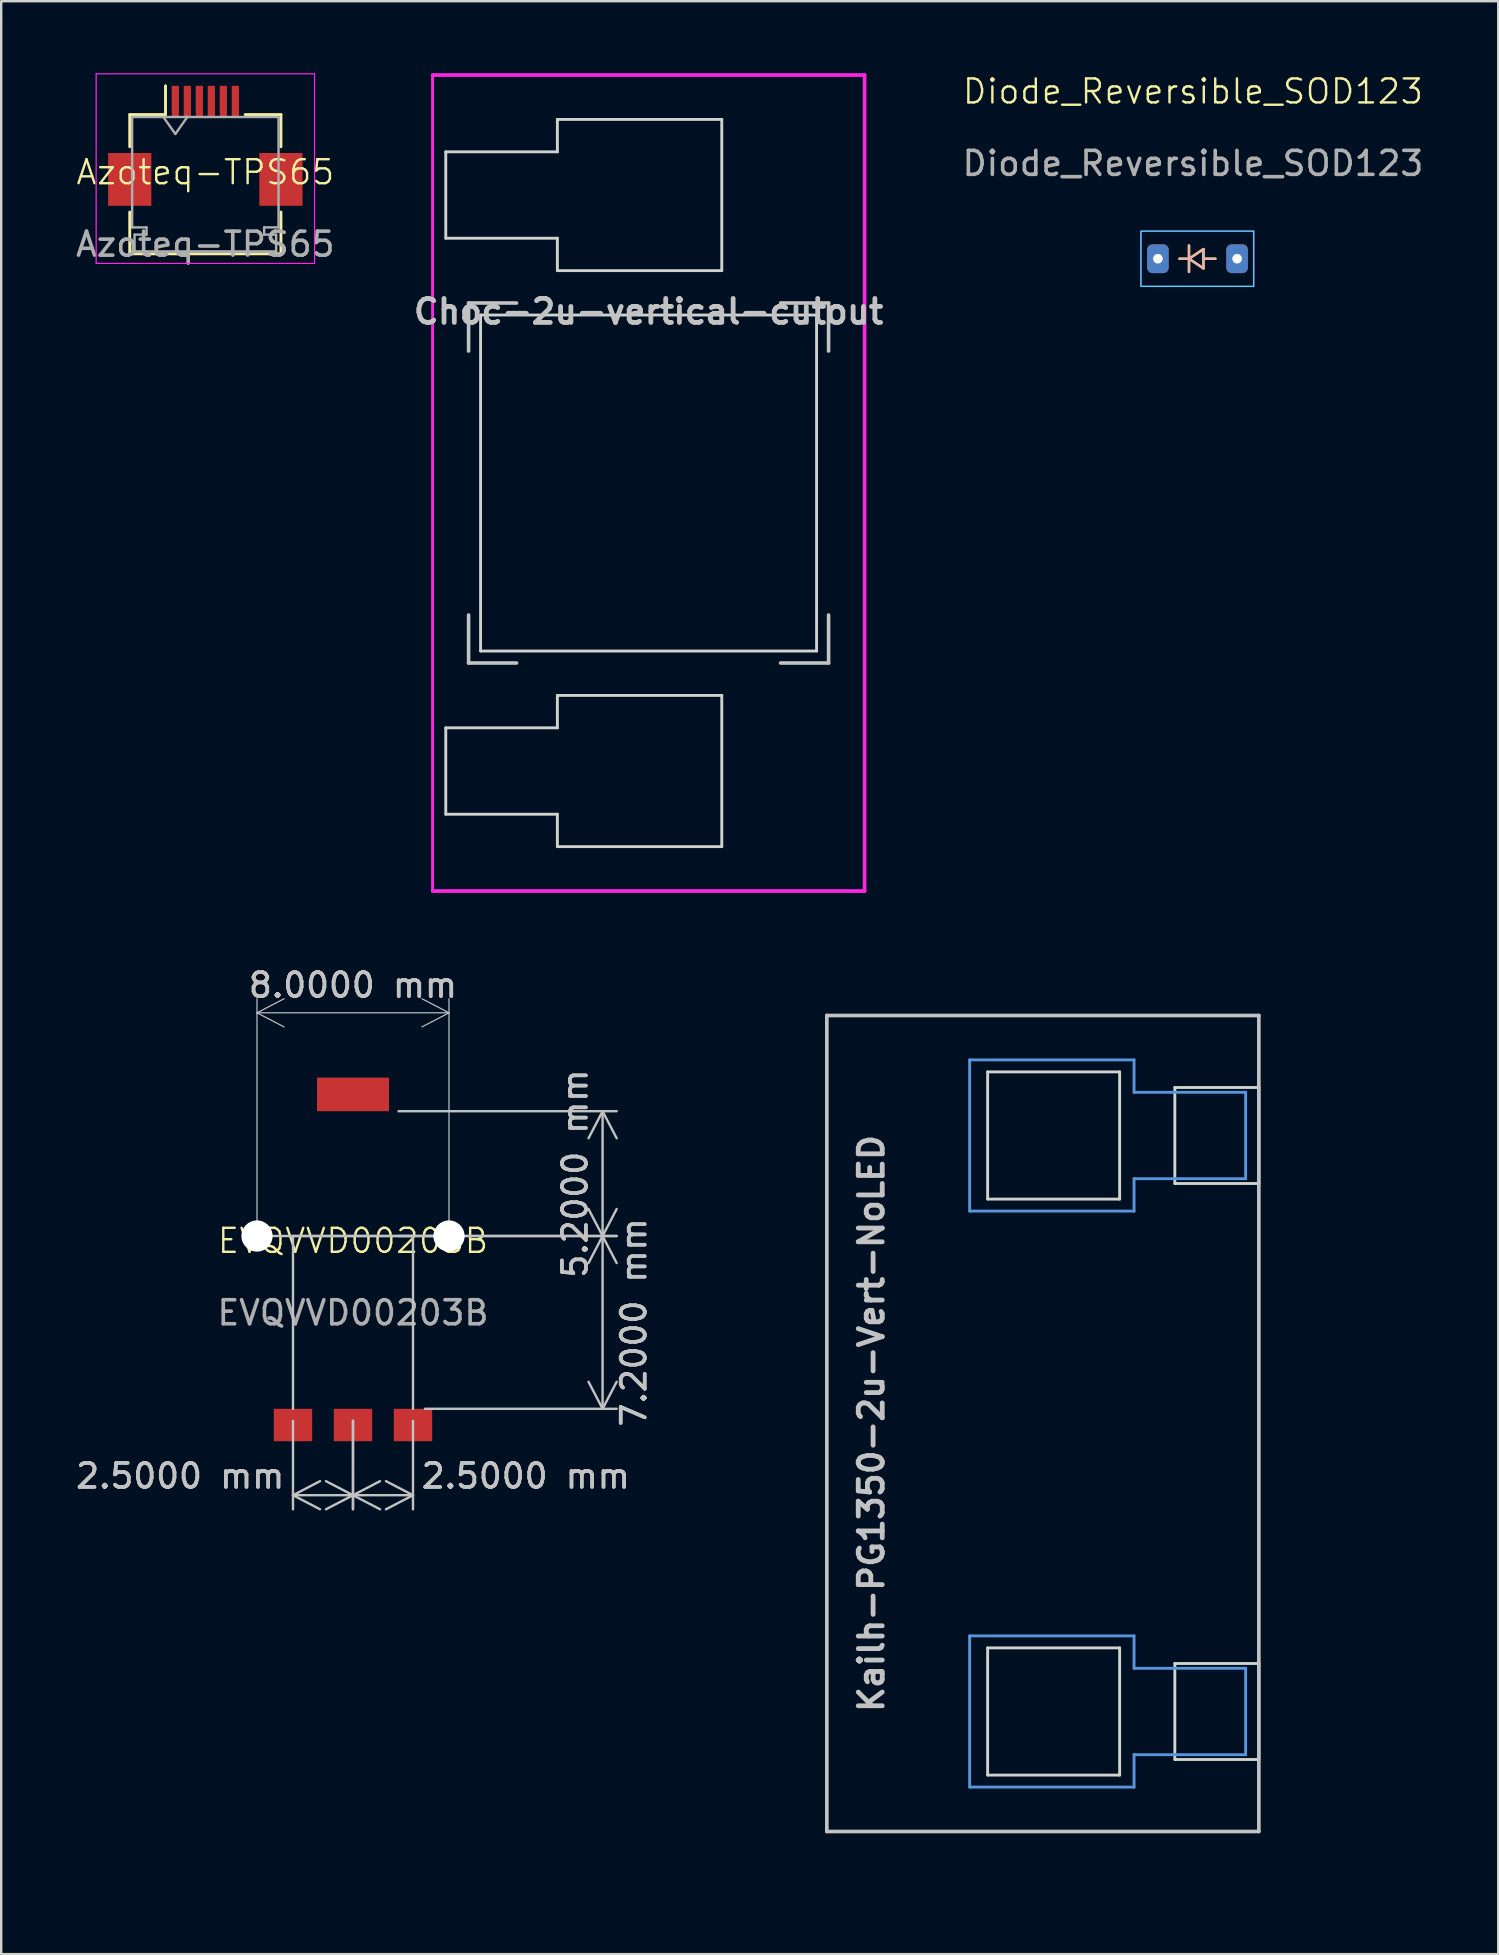
<source format=kicad_pcb>
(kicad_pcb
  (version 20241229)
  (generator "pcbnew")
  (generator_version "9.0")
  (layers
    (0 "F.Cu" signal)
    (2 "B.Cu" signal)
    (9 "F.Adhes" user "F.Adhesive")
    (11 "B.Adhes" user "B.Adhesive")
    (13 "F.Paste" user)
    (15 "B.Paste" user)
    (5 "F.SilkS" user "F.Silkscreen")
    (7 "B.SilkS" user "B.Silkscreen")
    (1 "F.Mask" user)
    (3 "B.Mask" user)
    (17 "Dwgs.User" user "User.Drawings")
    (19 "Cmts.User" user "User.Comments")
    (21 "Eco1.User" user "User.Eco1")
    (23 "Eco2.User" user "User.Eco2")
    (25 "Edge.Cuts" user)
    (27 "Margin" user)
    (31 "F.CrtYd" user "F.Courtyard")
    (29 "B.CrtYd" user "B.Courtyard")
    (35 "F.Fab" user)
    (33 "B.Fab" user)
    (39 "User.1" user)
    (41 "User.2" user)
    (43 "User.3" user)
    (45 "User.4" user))
  (footprint "Choc-2u-vertical-cutout"
    (layer "F.Cu")
    (at 23.974 17.076)
    (property "Reference" "Choc-2u-vertical-cutout" (at 0 -7.144 180) (layer "Dwgs.User") (effects (font (size 1 1) (thickness 0.2))))
    (attr through_hole)
    (fp_line (start -7.5 -7.5) (end -7.5 -5.5) (stroke (width 0.15) (type solid)) (layer "Dwgs.User"))
    (fp_line (start -7.5 7.5) (end -7.5 5.5) (stroke (width 0.15) (type solid)) (layer "Dwgs.User"))
    (fp_line (start -5.5 -7.5) (end -7.5 -7.5) (stroke (width 0.15) (type solid)) (layer "Dwgs.User"))
    (fp_line (start -5.5 7.5) (end -7.5 7.5) (stroke (width 0.15) (type solid)) (layer "Dwgs.User"))
    (fp_line (start 5.5 -7.5) (end 7.5 -7.5) (stroke (width 0.15) (type solid)) (layer "Dwgs.User"))
    (fp_line (start 5.5 7.5) (end 7.5 7.5) (stroke (width 0.15) (type solid)) (layer "Dwgs.User"))
    (fp_line (start 7.5 -7.5) (end 7.5 -5.5) (stroke (width 0.15) (type solid)) (layer "Dwgs.User"))
    (fp_line (start 7.5 7.5) (end 7.5 5.5) (stroke (width 0.15) (type solid)) (layer "Dwgs.User"))
    (fp_line (start -8.45 -13.8) (end -3.8 -13.8) (stroke (width 0.12) (type solid)) (layer "Edge.Cuts"))
    (fp_line (start -8.45 -10.2) (end -8.45 -13.8) (stroke (width 0.12) (type solid)) (layer "Edge.Cuts"))
    (fp_line (start -8.45 -10.2) (end -3.8 -10.2) (stroke (width 0.12) (type solid)) (layer "Edge.Cuts"))
    (fp_line (start -8.45 10.2) (end -3.8 10.2) (stroke (width 0.12) (type solid)) (layer "Edge.Cuts"))
    (fp_line (start -8.45 13.8) (end -8.45 10.2) (stroke (width 0.12) (type solid)) (layer "Edge.Cuts"))
    (fp_line (start -8.45 13.8) (end -3.8 13.8) (stroke (width 0.12) (type solid)) (layer "Edge.Cuts"))
    (fp_line (start -7 -7) (end -7 7) (stroke (width 0.12) (type solid)) (layer "Edge.Cuts"))
    (fp_line (start -7 7) (end 7 7) (stroke (width 0.12) (type solid)) (layer "Edge.Cuts"))
    (fp_line (start -3.8 -13.8) (end -3.8 -15.15) (stroke (width 0.12) (type solid)) (layer "Edge.Cuts"))
    (fp_line (start -3.8 -8.85) (end -3.8 -10.2) (stroke (width 0.12) (type solid)) (layer "Edge.Cuts"))
    (fp_line (start -3.8 10.2) (end -3.8 8.85) (stroke (width 0.12) (type solid)) (layer "Edge.Cuts"))
    (fp_line (start -3.8 15.15) (end -3.8 13.8) (stroke (width 0.12) (type solid)) (layer "Edge.Cuts"))
    (fp_line (start 3.05 -15.15) (end -3.8 -15.15) (stroke (width 0.12) (type solid)) (layer "Edge.Cuts"))
    (fp_line (start 3.05 -8.85) (end -3.8 -8.85) (stroke (width 0.12) (type solid)) (layer "Edge.Cuts"))
    (fp_line (start 3.05 -8.85) (end 3.05 -15.15) (stroke (width 0.12) (type solid)) (layer "Edge.Cuts"))
    (fp_line (start 3.05 8.85) (end -3.8 8.85) (stroke (width 0.12) (type solid)) (layer "Edge.Cuts"))
    (fp_line (start 3.05 15.15) (end -3.8 15.15) (stroke (width 0.12) (type solid)) (layer "Edge.Cuts"))
    (fp_line (start 3.05 15.15) (end 3.05 8.85) (stroke (width 0.12) (type solid)) (layer "Edge.Cuts"))
    (fp_line (start 7 -7) (end -7 -7) (stroke (width 0.12) (type solid)) (layer "Edge.Cuts"))
    (fp_line (start 7 7) (end 7 -7) (stroke (width 0.12) (type solid)) (layer "Edge.Cuts"))
    (fp_line (start -9 -17) (end -9 17) (stroke (width 0.12) (type solid)) (layer "F.CrtYd"))
    (fp_line (start -9 -17) (end 9 -17) (stroke (width 0.152) (type solid)) (layer "F.CrtYd"))
    (fp_line (start 9 -17) (end 9 17) (stroke (width 0.152) (type solid)) (layer "F.CrtYd"))
    (fp_line (start 9 17) (end -9 17) (stroke (width 0.152) (type solid)) (layer "F.CrtYd")))
  (footprint "Kailh-PG1350-2u-Vert-NoLED"
    (layer "F.Cu")
    (at 40.402 56.262)
    (property "Reference" "Kailh-PG1350-2u-Vert-NoLED" (at -7.144 0 270) (layer "Dwgs.User") (effects (font (size 1 1) (thickness 0.2))))
    (attr through_hole)
    (fp_line (start -9 -17) (end 9 -17) (stroke (width 0.152) (type solid)) (layer "Dwgs.User"))
    (fp_line (start -9 17) (end -9 -17) (stroke (width 0.152) (type solid)) (layer "Dwgs.User"))
    (fp_line (start 9 -17) (end 9 17) (stroke (width 0.152) (type solid)) (layer "Dwgs.User"))
    (fp_line (start 9 17) (end -9 17) (stroke (width 0.152) (type solid)) (layer "Dwgs.User"))
    (fp_line (start -3.05 -15.15) (end -3.05 -8.85) (stroke (width 0.12) (type solid)) (layer "Cmts.User"))
    (fp_line (start -3.05 -15.15) (end 3.8 -15.15) (stroke (width 0.12) (type solid)) (layer "Cmts.User"))
    (fp_line (start -3.05 -8.85) (end 3.8 -8.85) (stroke (width 0.12) (type solid)) (layer "Cmts.User"))
    (fp_line (start -3.05 8.85) (end -3.05 15.15) (stroke (width 0.12) (type solid)) (layer "Cmts.User"))
    (fp_line (start -3.05 8.85) (end 3.8 8.85) (stroke (width 0.12) (type solid)) (layer "Cmts.User"))
    (fp_line (start -3.05 15.15) (end 3.8 15.15) (stroke (width 0.12) (type solid)) (layer "Cmts.User"))
    (fp_line (start 3.8 -15.15) (end 3.8 -13.8) (stroke (width 0.12) (type solid)) (layer "Cmts.User"))
    (fp_line (start 3.8 -10.2) (end 3.8 -8.85) (stroke (width 0.12) (type solid)) (layer "Cmts.User"))
    (fp_line (start 3.8 8.85) (end 3.8 10.2) (stroke (width 0.12) (type solid)) (layer "Cmts.User"))
    (fp_line (start 3.8 13.8) (end 3.8 15.15) (stroke (width 0.12) (type solid)) (layer "Cmts.User"))
    (fp_line (start 8.45 -13.8) (end 3.8 -13.8) (stroke (width 0.12) (type solid)) (layer "Cmts.User"))
    (fp_line (start 8.45 -13.8) (end 8.45 -10.2) (stroke (width 0.12) (type solid)) (layer "Cmts.User"))
    (fp_line (start 8.45 -10.2) (end 3.8 -10.2) (stroke (width 0.12) (type solid)) (layer "Cmts.User"))
    (fp_line (start 8.45 10.2) (end 3.8 10.2) (stroke (width 0.12) (type solid)) (layer "Cmts.User"))
    (fp_line (start 8.45 10.2) (end 8.45 13.8) (stroke (width 0.12) (type solid)) (layer "Cmts.User"))
    (fp_line (start 8.45 13.8) (end 3.8 13.8) (stroke (width 0.12) (type solid)) (layer "Cmts.User"))
    (fp_line (start -9.525 -19.05) (end -9.525 19.05) (stroke (width 0.12) (type solid)) (layer "Eco1.User"))
    (fp_line (start 9.525 -19.05) (end -9.525 -19.05) (stroke (width 0.12) (type solid)) (layer "Eco1.User"))
    (fp_line (start 9.525 -19.05) (end 9.525 19.05) (stroke (width 0.12) (type solid)) (layer "Eco1.User"))
    (fp_line (start 9.525 19.05) (end -9.525 19.05) (stroke (width 0.12) (type solid)) (layer "Eco1.User"))
    (fp_line (start -7.5 -7.5) (end 7.5 -7.5) (stroke (width 0.152) (type solid)) (layer "Eco2.User"))
    (fp_line (start -7.5 7.5) (end -7.5 -7.5) (stroke (width 0.152) (type solid)) (layer "Eco2.User"))
    (fp_line (start 7.5 -7.5) (end 7.5 7.5) (stroke (width 0.152) (type solid)) (layer "Eco2.User"))
    (fp_line (start 7.5 7.5) (end -7.5 7.5) (stroke (width 0.152) (type solid)) (layer "Eco2.User"))
    (fp_line (start -2.3 -14.65) (end -2.3 -9.35) (stroke (width 0.12) (type solid)) (layer "Edge.Cuts"))
    (fp_line (start -2.3 -9.35) (end 3.2 -9.35) (stroke (width 0.12) (type solid)) (layer "Edge.Cuts"))
    (fp_line (start -2.3 9.35) (end -2.3 14.65) (stroke (width 0.12) (type solid)) (layer "Edge.Cuts"))
    (fp_line (start -2.3 14.65) (end 3.2 14.65) (stroke (width 0.12) (type solid)) (layer "Edge.Cuts"))
    (fp_line (start 3.2 -14.65) (end -2.3 -14.65) (stroke (width 0.12) (type solid)) (layer "Edge.Cuts"))
    (fp_line (start 3.2 -14.65) (end 3.2 -9.35) (stroke (width 0.12) (type solid)) (layer "Edge.Cuts"))
    (fp_line (start 3.2 9.35) (end -2.3 9.35) (stroke (width 0.12) (type solid)) (layer "Edge.Cuts"))
    (fp_line (start 3.2 9.35) (end 3.2 14.65) (stroke (width 0.12) (type solid)) (layer "Edge.Cuts"))
    (fp_line (start 5.5 -14) (end 5.5 -10) (stroke (width 0.12) (type solid)) (layer "Edge.Cuts"))
    (fp_line (start 5.5 -10) (end 9 -10) (stroke (width 0.12) (type solid)) (layer "Edge.Cuts"))
    (fp_line (start 5.5 10) (end 5.5 14) (stroke (width 0.12) (type solid)) (layer "Edge.Cuts"))
    (fp_line (start 5.5 14) (end 9 14) (stroke (width 0.12) (type solid)) (layer "Edge.Cuts"))
    (fp_line (start 9 -14) (end 5.5 -14) (stroke (width 0.12) (type solid)) (layer "Edge.Cuts"))
    (fp_line (start 9 -14) (end 9 -10) (stroke (width 0.12) (type solid)) (layer "Edge.Cuts"))
    (fp_line (start 9 10) (end 5.5 10) (stroke (width 0.12) (type solid)) (layer "Edge.Cuts"))
    (fp_line (start 9 10) (end 9 14) (stroke (width 0.12) (type solid)) (layer "Edge.Cuts")))
  (footprint "Azoteq-TPS65"
    (layer "F.Cu")
    (at 5.506 4.625)
    (property "Reference" "Azoteq-TPS65" (at 0 -0.5 0) (unlocked yes) (layer "F.SilkS") (effects (font (size 1 1) (thickness 0.1))))
    (attr smd)
    (fp_line (start -3.15 -2.9) (end -3.15 -1.56) (stroke (width 0.12) (type solid)) (layer "F.SilkS"))
    (fp_line (start -3.15 1.16) (end -3.15 2.9) (stroke (width 0.12) (type solid)) (layer "F.SilkS"))
    (fp_line (start -3.15 2.9) (end 3.15 2.9) (stroke (width 0.12) (type solid)) (layer "F.SilkS"))
    (fp_line (start -1.66 -2.9) (end -3.15 -2.9) (stroke (width 0.12) (type solid)) (layer "F.SilkS"))
    (fp_line (start -1.66 -2.9) (end -1.66 -4.1) (stroke (width 0.12) (type solid)) (layer "F.SilkS"))
    (fp_line (start 1.66 -2.9) (end 3.15 -2.9) (stroke (width 0.12) (type solid)) (layer "F.SilkS"))
    (fp_line (start 3.15 -2.9) (end 3.15 -1.56) (stroke (width 0.12) (type solid)) (layer "F.SilkS"))
    (fp_line (start 3.15 2.9) (end 3.15 1.16) (stroke (width 0.12) (type solid)) (layer "F.SilkS"))
    (fp_line (start -4.55 -4.6) (end -4.55 3.3) (stroke (width 0.05) (type solid)) (layer "F.CrtYd"))
    (fp_line (start -4.55 3.3) (end 4.55 3.3) (stroke (width 0.05) (type solid)) (layer "F.CrtYd"))
    (fp_line (start 4.55 -4.6) (end -4.55 -4.6) (stroke (width 0.05) (type solid)) (layer "F.CrtYd"))
    (fp_line (start 4.55 3.3) (end 4.55 -4.6) (stroke (width 0.05) (type solid)) (layer "F.CrtYd"))
    (fp_line (start -3.05 -2.8) (end -3.05 1.8) (stroke (width 0.1) (type solid)) (layer "F.Fab"))
    (fp_line (start -3.05 1.8) (end -2.45 1.8) (stroke (width 0.1) (type solid)) (layer "F.Fab"))
    (fp_line (start -2.95 2.1) (end -2.95 2.8) (stroke (width 0.1) (type solid)) (layer "F.Fab"))
    (fp_line (start -2.95 2.8) (end 0 2.8) (stroke (width 0.1) (type solid)) (layer "F.Fab"))
    (fp_line (start -2.45 1.8) (end -2.45 2.1) (stroke (width 0.1) (type solid)) (layer "F.Fab"))
    (fp_line (start -2.45 2.1) (end -2.95 2.1) (stroke (width 0.1) (type solid)) (layer "F.Fab"))
    (fp_line (start -1.75 -2.8) (end -1.25 -2.093) (stroke (width 0.1) (type solid)) (layer "F.Fab"))
    (fp_line (start -1.25 -2.093) (end -0.75 -2.8) (stroke (width 0.1) (type solid)) (layer "F.Fab"))
    (fp_line (start 0 -2.8) (end -3.05 -2.8) (stroke (width 0.1) (type solid)) (layer "F.Fab"))
    (fp_line (start 0 -2.8) (end 3.05 -2.8) (stroke (width 0.1) (type solid)) (layer "F.Fab"))
    (fp_line (start 2.45 1.8) (end 2.45 2.1) (stroke (width 0.1) (type solid)) (layer "F.Fab"))
    (fp_line (start 2.45 2.1) (end 2.95 2.1) (stroke (width 0.1) (type solid)) (layer "F.Fab"))
    (fp_line (start 2.95 2.1) (end 2.95 2.8) (stroke (width 0.1) (type solid)) (layer "F.Fab"))
    (fp_line (start 2.95 2.8) (end 0 2.8) (stroke (width 0.1) (type solid)) (layer "F.Fab"))
    (fp_line (start 3.05 -2.8) (end 3.05 1.8) (stroke (width 0.1) (type solid)) (layer "F.Fab"))
    (fp_line (start 3.05 1.8) (end 2.45 1.8) (stroke (width 0.1) (type solid)) (layer "F.Fab"))
    (fp_text user "${REFERENCE}" (at 0 2.5 0) (unlocked yes) (layer "F.Fab") (effects (font (size 1 1) (thickness 0.15))))
    (pad "1" smd rect (at -1.25 -3.45) (size 0.3 1.3) (layers "F.Cu" "F.Mask" "F.Paste"))
    (pad "2" smd rect (at -0.75 -3.45) (size 0.3 1.3) (layers "F.Cu" "F.Mask" "F.Paste"))
    (pad "3" smd rect (at -0.25 -3.45) (size 0.3 1.3) (layers "F.Cu" "F.Mask" "F.Paste"))
    (pad "4" smd rect (at 0.25 -3.45) (size 0.3 1.3) (layers "F.Cu" "F.Mask" "F.Paste"))
    (pad "5" smd rect (at 0.75 -3.45) (size 0.3 1.3) (layers "F.Cu" "F.Mask" "F.Paste"))
    (pad "6" smd rect (at 1.25 -3.45) (size 0.3 1.3) (layers "F.Cu" "F.Mask" "F.Paste"))
    (pad "MP" smd rect (at -3.15 -0.2) (size 1.8 2.2) (layers "F.Cu" "F.Mask" "F.Paste"))
    (pad "MP" smd rect (at 3.15 -0.2) (size 1.8 2.2) (layers "F.Cu" "F.Mask" "F.Paste")))
  (footprint "EVQVVD00203B"
    (layer "F.Cu")
    (at 11.658 49.151)
    (property "Reference" "EVQVVD00203B" (at 0 -0.5 0) (unlocked yes) (layer "F.SilkS") (effects (font (size 1 1) (thickness 0.1))))
    (attr smd)
    (fp_line (start -2.5 -0.7) (end -2.5 6.5) (stroke (width 0.1) (type default)) (layer "Dwgs.User"))
    (fp_line (start 0 -0.7) (end -4 -0.7) (stroke (width 0.1) (type default)) (layer "Dwgs.User"))
    (fp_line (start 0 -0.7) (end 4 -0.7) (stroke (width 0.1) (type default)) (layer "Dwgs.User"))
    (fp_line (start 2.5 -0.7) (end -2.5 -0.7) (stroke (width 0.1) (type default)) (layer "Dwgs.User"))
    (fp_line (start 2.5 6.5) (end 2.5 -0.7) (stroke (width 0.1) (type default)) (layer "Dwgs.User"))
    (fp_rect (start -5.3 -6) (end 5.3 6.65) (stroke (width 0.1) (type default)) (fill no) (layer "Margin"))
    (fp_text user "${REFERENCE}" (at 0 2.5 0) (unlocked yes) (layer "F.Fab") (effects (font (size 1 1) (thickness 0.15))))
    (dimension (type aligned) (layer "Dwgs.User") (pts (xy 14.158 55.651) (xy 11.658 55.651)) (height -3.6) (format (prefix "") (suffix "") (units 3) (units_format 1) (precision 4)) (style (thickness 0.1) (arrow_length 1.27) (text_position_mode 2) (arrow_direction outward) (extension_height 0.586) (extension_offset 0.5) (keep_text_aligned yes)) (gr_text "2.5000 mm" (at 18.858 58.451 0) (layer "Dwgs.User") (effects (font (size 1 1) (thickness 0.15)))))
    (dimension (type aligned) (layer "Dwgs.User") (pts (xy 13.058 48.451) (xy 13.058 43.251)) (height 9) (format (prefix "") (suffix "") (units 3) (units_format 1) (precision 4)) (style (thickness 0.1) (arrow_length 1.27) (text_position_mode 0) (arrow_direction outward) (extension_height 0.586) (extension_offset 0.5) (keep_text_aligned yes)) (gr_text "5.2000 mm" (at 20.908 45.851 90) (layer "Dwgs.User") (effects (font (size 1 1) (thickness 0.15)))))
    (dimension (type aligned) (layer "Dwgs.User") (pts (xy 14.158 55.651) (xy 14.158 48.451)) (height 7.9) (format (prefix "") (suffix "") (units 3) (units_format 1) (precision 4)) (style (thickness 0.1) (arrow_length 1.27) (text_position_mode 2) (arrow_direction outward) (extension_height 0.586) (extension_offset 0.5) (keep_text_aligned yes)) (gr_text "7.2000 mm" (at 23.358 52.051 90) (layer "Dwgs.User") (effects (font (size 1 1) (thickness 0.15)))))
    (dimension (type aligned) (layer "Dwgs.User") (pts (xy 15.658 48.451) (xy 7.658 48.451)) (height 9.3) (format (prefix "") (suffix "") (units 3) (units_format 1) (precision 4)) (style (thickness 0.05) (arrow_length 1.27) (text_position_mode 0) (arrow_direction outward) (extension_height 0.586) (extension_offset 0.5) (keep_text_aligned yes)) (gr_text "8.0000 mm" (at 11.658 38.001 0) (layer "Dwgs.User") (effects (font (size 1 1) (thickness 0.15)))))
    (dimension (type aligned) (layer "Dwgs.User") (pts (xy 11.658 55.651) (xy 9.158 55.651)) (height -3.6) (format (prefix "") (suffix "") (units 3) (units_format 1) (precision 4)) (style (thickness 0.1) (arrow_length 1.27) (text_position_mode 2) (arrow_direction outward) (extension_height 0.586) (extension_offset 0.5) (keep_text_aligned yes)) (gr_text "2.5000 mm" (at 4.458 58.451 0) (layer "Dwgs.User") (effects (font (size 1 1) (thickness 0.15)))))
    (pad "" np_thru_hole circle (at -4 -0.7) (size 1.3 1.3) (drill 1.3) (layers "*.Cu" "*.Mask"))
    (pad "" np_thru_hole circle (at 4 -0.7) (size 1.3 1.3) (drill 1.3) (layers "*.Cu" "*.Mask"))
    (pad "A" smd rect (at -2.5 7.175) (size 1.6 1.35) (layers "F.Cu" "F.Mask" "F.Paste"))
    (pad "B" smd rect (at 2.5 7.175) (size 1.6 1.35) (layers "F.Cu" "F.Mask" "F.Paste"))
    (pad "C" smd rect (at 0 -6.6) (size 3 1.4) (layers "F.Cu" "F.Mask" "F.Paste"))
    (pad "C" smd rect (at 0 7.175) (size 1.6 1.35) (layers "F.Cu" "F.Mask" "F.Paste")))
  (footprint "Diode_Reversible_SOD123"
    (layer "F.Cu")
    (at 46.656 1.26)
    (property "Reference" "Diode_Reversible_SOD123" (at 0 -0.5 0) (unlocked yes) (layer "F.SilkS") (effects (font (size 1 1) (thickness 0.1))))
    (attr smd)
    (fp_line (start -0.56 6.47) (end -0.16 6.47) (stroke (width 0.1) (type solid)) (layer "F.SilkS"))
    (fp_line (start -0.16 6.47) (end -0.16 5.92) (stroke (width 0.1) (type solid)) (layer "F.SilkS"))
    (fp_line (start -0.16 6.47) (end -0.16 7.02) (stroke (width 0.1) (type solid)) (layer "F.SilkS"))
    (fp_line (start -0.16 6.47) (end 0.44 6.07) (stroke (width 0.1) (type solid)) (layer "F.SilkS"))
    (fp_line (start 0.44 6.07) (end 0.44 6.87) (stroke (width 0.1) (type solid)) (layer "F.SilkS"))
    (fp_line (start 0.44 6.47) (end 0.94 6.47) (stroke (width 0.1) (type solid)) (layer "F.SilkS"))
    (fp_line (start 0.44 6.87) (end -0.16 6.47) (stroke (width 0.1) (type solid)) (layer "F.SilkS"))
    (fp_line (start -0.57 6.47) (end -0.17 6.47) (stroke (width 0.1) (type solid)) (layer "B.SilkS"))
    (fp_line (start -0.17 6.47) (end -0.17 5.92) (stroke (width 0.1) (type solid)) (layer "B.SilkS"))
    (fp_line (start -0.17 6.47) (end -0.17 7.02) (stroke (width 0.1) (type solid)) (layer "B.SilkS"))
    (fp_line (start -0.17 6.47) (end 0.43 6.87) (stroke (width 0.1) (type solid)) (layer "B.SilkS"))
    (fp_line (start 0.43 6.07) (end -0.17 6.47) (stroke (width 0.1) (type solid)) (layer "B.SilkS"))
    (fp_line (start 0.43 6.47) (end 0.93 6.47) (stroke (width 0.1) (type solid)) (layer "B.SilkS"))
    (fp_line (start 0.43 6.87) (end 0.43 6.07) (stroke (width 0.1) (type solid)) (layer "B.SilkS"))
    (fp_rect (start -2.17 7.62) (end 2.53 5.32) (stroke (width 0.05) (type solid)) (fill no) (layer "B.CrtYd"))
    (fp_rect (start -2.16 5.32) (end 2.54 7.62) (stroke (width 0.05) (type solid)) (fill no) (layer "F.CrtYd"))
    (fp_text user "${REFERENCE}" (at 0 2.5 0) (unlocked yes) (layer "F.Fab") (effects (font (size 1 1) (thickness 0.15))))
    (pad "1" thru_hole roundrect (at -1.46 6.47) (size 0.9 1.2) (drill 0.4) (layers "*.Cu" "*.Mask") (roundrect_rratio 0.25))
    (pad "2" thru_hole roundrect (at 1.84 6.47) (size 0.9 1.2) (drill 0.4) (layers "*.Cu" "*.Mask") (roundrect_rratio 0.25)))
  (gr_rect
    (start -3 -3)
    (end 59.376 78.372)
    (stroke (width 0.1) (type default))
    (fill no)
    (layer "Edge.Cuts")))
</source>
